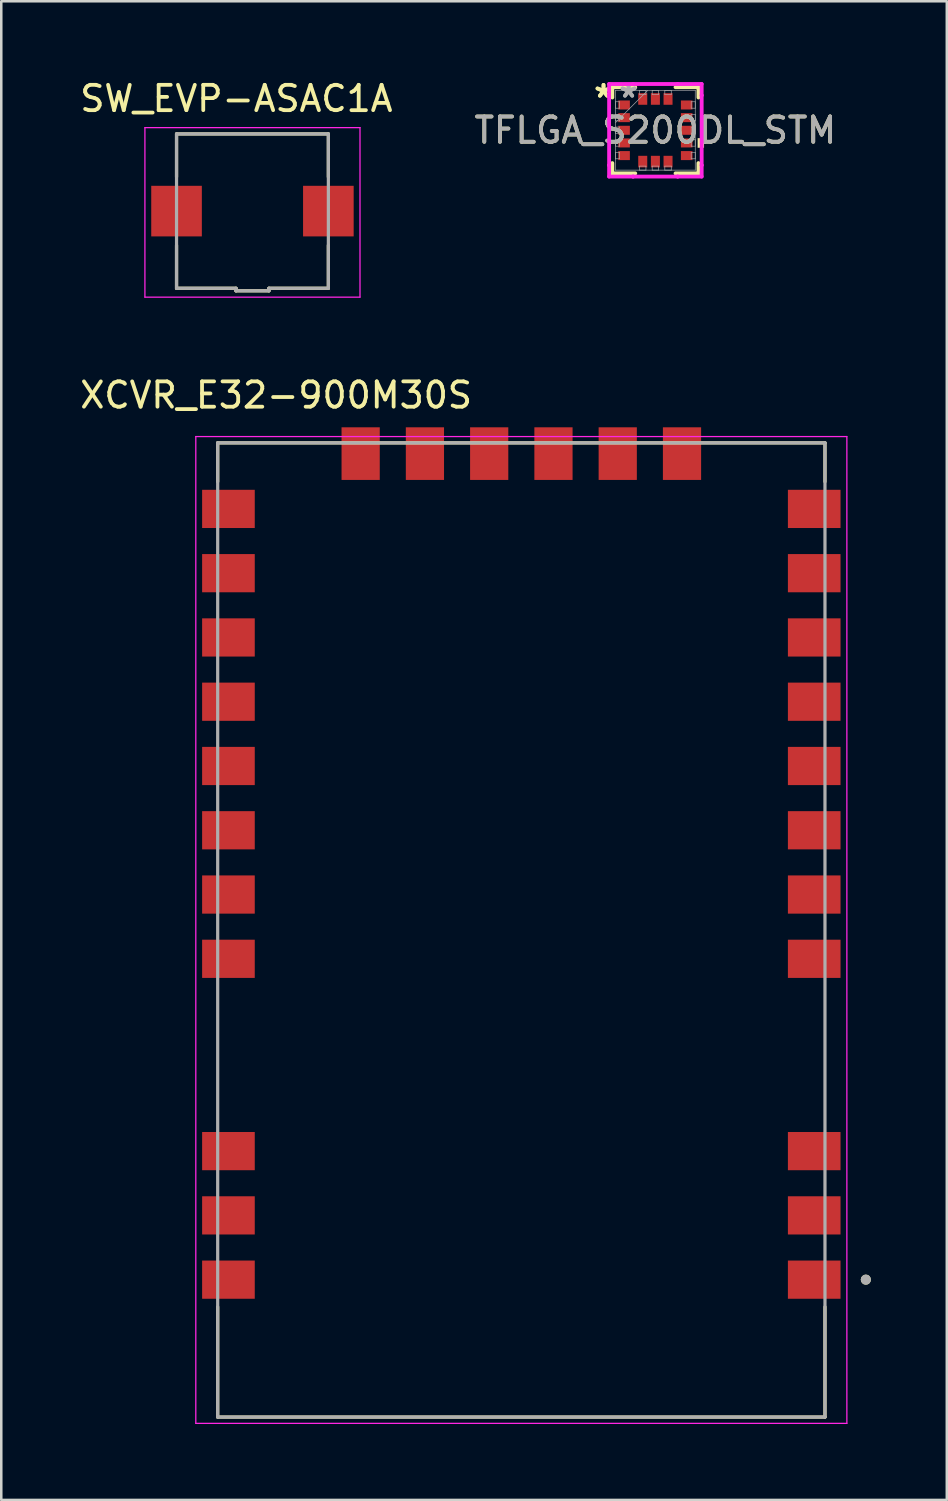
<source format=kicad_pcb>
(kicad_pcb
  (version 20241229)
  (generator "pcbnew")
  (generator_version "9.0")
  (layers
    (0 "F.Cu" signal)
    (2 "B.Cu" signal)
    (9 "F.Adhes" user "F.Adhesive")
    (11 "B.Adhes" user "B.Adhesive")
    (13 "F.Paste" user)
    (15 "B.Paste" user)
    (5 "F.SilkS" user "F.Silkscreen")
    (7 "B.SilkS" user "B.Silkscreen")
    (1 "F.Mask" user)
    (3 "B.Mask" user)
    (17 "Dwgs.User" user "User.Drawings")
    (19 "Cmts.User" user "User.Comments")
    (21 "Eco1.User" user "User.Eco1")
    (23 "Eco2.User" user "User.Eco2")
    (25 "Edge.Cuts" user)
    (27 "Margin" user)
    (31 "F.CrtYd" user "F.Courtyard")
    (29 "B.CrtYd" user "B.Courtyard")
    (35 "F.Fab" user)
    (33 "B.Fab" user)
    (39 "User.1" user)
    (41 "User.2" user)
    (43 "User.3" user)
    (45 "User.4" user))
  (footprint "TFLGA_S200DL_STM"
    (layer "F.Cu")
    (at 22.851 2.099)
    (property "Reference" "TFLGA_S200DL_STM" (at 0 0 0) (unlocked yes) (layer "F.SilkS") (effects (font (size 1 1) (thickness 0.15))))
    (attr smd)
    (fp_line (start -1.702 -1.702) (end -1.702 -1.296) (stroke (width 0.152) (type solid)) (layer "F.SilkS"))
    (fp_line (start -1.702 1.296) (end -1.702 1.702) (stroke (width 0.152) (type solid)) (layer "F.SilkS"))
    (fp_line (start -1.702 1.702) (end -0.796 1.702) (stroke (width 0.152) (type solid)) (layer "F.SilkS"))
    (fp_line (start -0.796 -1.702) (end -1.702 -1.702) (stroke (width 0.152) (type solid)) (layer "F.SilkS"))
    (fp_line (start 0.796 1.702) (end 1.702 1.702) (stroke (width 0.152) (type solid)) (layer "F.SilkS"))
    (fp_line (start 1.702 -1.702) (end 0.796 -1.702) (stroke (width 0.152) (type solid)) (layer "F.SilkS"))
    (fp_line (start 1.702 -1.296) (end 1.702 -1.702) (stroke (width 0.152) (type solid)) (layer "F.SilkS"))
    (fp_line (start 1.702 1.702) (end 1.702 1.296) (stroke (width 0.152) (type solid)) (layer "F.SilkS"))
    (fp_poly (pts (xy 1.923 0.31) (xy 1.923 0.691) (xy 1.669 0.691) (xy 1.669 0.31)) (stroke (width 0) (type solid)) (fill yes) (layer "F.SilkS"))
    (fp_line (start -1.829 -1.829) (end -0.881 -1.829) (stroke (width 0.152) (type solid)) (layer "F.CrtYd"))
    (fp_line (start -1.829 -1.381) (end -1.829 -1.829) (stroke (width 0.152) (type solid)) (layer "F.CrtYd"))
    (fp_line (start -1.829 -1.381) (end -1.829 -1.381) (stroke (width 0.152) (type solid)) (layer "F.CrtYd"))
    (fp_line (start -1.829 1.381) (end -1.829 -1.381) (stroke (width 0.152) (type solid)) (layer "F.CrtYd"))
    (fp_line (start -1.829 1.381) (end -1.829 1.381) (stroke (width 0.152) (type solid)) (layer "F.CrtYd"))
    (fp_line (start -1.829 1.829) (end -1.829 1.381) (stroke (width 0.152) (type solid)) (layer "F.CrtYd"))
    (fp_line (start -0.881 -1.829) (end -0.881 -1.829) (stroke (width 0.152) (type solid)) (layer "F.CrtYd"))
    (fp_line (start -0.881 -1.829) (end 0.881 -1.829) (stroke (width 0.152) (type solid)) (layer "F.CrtYd"))
    (fp_line (start -0.881 1.829) (end -1.829 1.829) (stroke (width 0.152) (type solid)) (layer "F.CrtYd"))
    (fp_line (start -0.881 1.829) (end -0.881 1.829) (stroke (width 0.152) (type solid)) (layer "F.CrtYd"))
    (fp_line (start 0.881 -1.829) (end 0.881 -1.829) (stroke (width 0.152) (type solid)) (layer "F.CrtYd"))
    (fp_line (start 0.881 -1.829) (end 1.829 -1.829) (stroke (width 0.152) (type solid)) (layer "F.CrtYd"))
    (fp_line (start 0.881 1.829) (end -0.881 1.829) (stroke (width 0.152) (type solid)) (layer "F.CrtYd"))
    (fp_line (start 0.881 1.829) (end 0.881 1.829) (stroke (width 0.152) (type solid)) (layer "F.CrtYd"))
    (fp_line (start 1.829 -1.829) (end 1.829 -1.381) (stroke (width 0.152) (type solid)) (layer "F.CrtYd"))
    (fp_line (start 1.829 -1.381) (end 1.829 -1.381) (stroke (width 0.152) (type solid)) (layer "F.CrtYd"))
    (fp_line (start 1.829 -1.381) (end 1.829 1.381) (stroke (width 0.152) (type solid)) (layer "F.CrtYd"))
    (fp_line (start 1.829 1.381) (end 1.829 1.381) (stroke (width 0.152) (type solid)) (layer "F.CrtYd"))
    (fp_line (start 1.829 1.381) (end 1.829 1.829) (stroke (width 0.152) (type solid)) (layer "F.CrtYd"))
    (fp_line (start 1.829 1.829) (end 0.881 1.829) (stroke (width 0.152) (type solid)) (layer "F.CrtYd"))
    (fp_line (start -1.575 -1.575) (end -1.575 -1.575) (stroke (width 0.025) (type solid)) (layer "F.Fab"))
    (fp_line (start -1.575 -1.575) (end -1.575 1.575) (stroke (width 0.025) (type solid)) (layer "F.Fab"))
    (fp_line (start -1.575 -1.127) (end -1.415 -1.127) (stroke (width 0.025) (type solid)) (layer "F.Fab"))
    (fp_line (start -1.575 -0.873) (end -1.575 -1.127) (stroke (width 0.025) (type solid)) (layer "F.Fab"))
    (fp_line (start -1.575 -0.627) (end -1.415 -0.627) (stroke (width 0.025) (type solid)) (layer "F.Fab"))
    (fp_line (start -1.575 -0.373) (end -1.575 -0.627) (stroke (width 0.025) (type solid)) (layer "F.Fab"))
    (fp_line (start -1.575 -0.305) (end -0.305 -1.575) (stroke (width 0.025) (type solid)) (layer "F.Fab"))
    (fp_line (start -1.575 -0.127) (end -1.415 -0.127) (stroke (width 0.025) (type solid)) (layer "F.Fab"))
    (fp_line (start -1.575 0.127) (end -1.575 -0.127) (stroke (width 0.025) (type solid)) (layer "F.Fab"))
    (fp_line (start -1.575 0.373) (end -1.415 0.373) (stroke (width 0.025) (type solid)) (layer "F.Fab"))
    (fp_line (start -1.575 0.627) (end -1.575 0.373) (stroke (width 0.025) (type solid)) (layer "F.Fab"))
    (fp_line (start -1.575 0.873) (end -1.415 0.873) (stroke (width 0.025) (type solid)) (layer "F.Fab"))
    (fp_line (start -1.575 1.127) (end -1.575 0.873) (stroke (width 0.025) (type solid)) (layer "F.Fab"))
    (fp_line (start -1.575 1.575) (end -1.575 1.575) (stroke (width 0.025) (type solid)) (layer "F.Fab"))
    (fp_line (start -1.575 1.575) (end 1.575 1.575) (stroke (width 0.025) (type solid)) (layer "F.Fab"))
    (fp_line (start -1.415 -1.127) (end -1.415 -0.873) (stroke (width 0.025) (type solid)) (layer "F.Fab"))
    (fp_line (start -1.415 -0.873) (end -1.575 -0.873) (stroke (width 0.025) (type solid)) (layer "F.Fab"))
    (fp_line (start -1.415 -0.627) (end -1.415 -0.373) (stroke (width 0.025) (type solid)) (layer "F.Fab"))
    (fp_line (start -1.415 -0.373) (end -1.575 -0.373) (stroke (width 0.025) (type solid)) (layer "F.Fab"))
    (fp_line (start -1.415 -0.127) (end -1.415 0.127) (stroke (width 0.025) (type solid)) (layer "F.Fab"))
    (fp_line (start -1.415 0.127) (end -1.575 0.127) (stroke (width 0.025) (type solid)) (layer "F.Fab"))
    (fp_line (start -1.415 0.373) (end -1.415 0.627) (stroke (width 0.025) (type solid)) (layer "F.Fab"))
    (fp_line (start -1.415 0.627) (end -1.575 0.627) (stroke (width 0.025) (type solid)) (layer "F.Fab"))
    (fp_line (start -1.415 0.873) (end -1.415 1.127) (stroke (width 0.025) (type solid)) (layer "F.Fab"))
    (fp_line (start -1.415 1.127) (end -1.575 1.127) (stroke (width 0.025) (type solid)) (layer "F.Fab"))
    (fp_line (start -0.627 -1.575) (end -0.373 -1.575) (stroke (width 0.025) (type solid)) (layer "F.Fab"))
    (fp_line (start -0.627 -1.415) (end -0.627 -1.575) (stroke (width 0.025) (type solid)) (layer "F.Fab"))
    (fp_line (start -0.627 1.415) (end -0.373 1.415) (stroke (width 0.025) (type solid)) (layer "F.Fab"))
    (fp_line (start -0.627 1.575) (end -0.627 1.415) (stroke (width 0.025) (type solid)) (layer "F.Fab"))
    (fp_line (start -0.373 -1.575) (end -0.373 -1.415) (stroke (width 0.025) (type solid)) (layer "F.Fab"))
    (fp_line (start -0.373 -1.415) (end -0.627 -1.415) (stroke (width 0.025) (type solid)) (layer "F.Fab"))
    (fp_line (start -0.373 1.415) (end -0.373 1.575) (stroke (width 0.025) (type solid)) (layer "F.Fab"))
    (fp_line (start -0.373 1.575) (end -0.627 1.575) (stroke (width 0.025) (type solid)) (layer "F.Fab"))
    (fp_line (start -0.127 -1.575) (end 0.127 -1.575) (stroke (width 0.025) (type solid)) (layer "F.Fab"))
    (fp_line (start -0.127 -1.415) (end -0.127 -1.575) (stroke (width 0.025) (type solid)) (layer "F.Fab"))
    (fp_line (start -0.127 1.415) (end 0.127 1.415) (stroke (width 0.025) (type solid)) (layer "F.Fab"))
    (fp_line (start -0.127 1.575) (end -0.127 1.415) (stroke (width 0.025) (type solid)) (layer "F.Fab"))
    (fp_line (start 0.127 -1.575) (end 0.127 -1.415) (stroke (width 0.025) (type solid)) (layer "F.Fab"))
    (fp_line (start 0.127 -1.415) (end -0.127 -1.415) (stroke (width 0.025) (type solid)) (layer "F.Fab"))
    (fp_line (start 0.127 1.415) (end 0.127 1.575) (stroke (width 0.025) (type solid)) (layer "F.Fab"))
    (fp_line (start 0.127 1.575) (end -0.127 1.575) (stroke (width 0.025) (type solid)) (layer "F.Fab"))
    (fp_line (start 0.373 -1.575) (end 0.627 -1.575) (stroke (width 0.025) (type solid)) (layer "F.Fab"))
    (fp_line (start 0.373 -1.415) (end 0.373 -1.575) (stroke (width 0.025) (type solid)) (layer "F.Fab"))
    (fp_line (start 0.373 1.415) (end 0.627 1.415) (stroke (width 0.025) (type solid)) (layer "F.Fab"))
    (fp_line (start 0.373 1.575) (end 0.373 1.415) (stroke (width 0.025) (type solid)) (layer "F.Fab"))
    (fp_line (start 0.627 -1.575) (end 0.627 -1.415) (stroke (width 0.025) (type solid)) (layer "F.Fab"))
    (fp_line (start 0.627 -1.415) (end 0.373 -1.415) (stroke (width 0.025) (type solid)) (layer "F.Fab"))
    (fp_line (start 0.627 1.415) (end 0.627 1.575) (stroke (width 0.025) (type solid)) (layer "F.Fab"))
    (fp_line (start 0.627 1.575) (end 0.373 1.575) (stroke (width 0.025) (type solid)) (layer "F.Fab"))
    (fp_line (start 1.415 -1.127) (end 1.575 -1.127) (stroke (width 0.025) (type solid)) (layer "F.Fab"))
    (fp_line (start 1.415 -0.873) (end 1.415 -1.127) (stroke (width 0.025) (type solid)) (layer "F.Fab"))
    (fp_line (start 1.415 -0.627) (end 1.575 -0.627) (stroke (width 0.025) (type solid)) (layer "F.Fab"))
    (fp_line (start 1.415 -0.373) (end 1.415 -0.627) (stroke (width 0.025) (type solid)) (layer "F.Fab"))
    (fp_line (start 1.415 -0.127) (end 1.575 -0.127) (stroke (width 0.025) (type solid)) (layer "F.Fab"))
    (fp_line (start 1.415 0.127) (end 1.415 -0.127) (stroke (width 0.025) (type solid)) (layer "F.Fab"))
    (fp_line (start 1.415 0.373) (end 1.575 0.373) (stroke (width 0.025) (type solid)) (layer "F.Fab"))
    (fp_line (start 1.415 0.627) (end 1.415 0.373) (stroke (width 0.025) (type solid)) (layer "F.Fab"))
    (fp_line (start 1.415 0.873) (end 1.575 0.873) (stroke (width 0.025) (type solid)) (layer "F.Fab"))
    (fp_line (start 1.415 1.127) (end 1.415 0.873) (stroke (width 0.025) (type solid)) (layer "F.Fab"))
    (fp_line (start 1.575 -1.575) (end -1.575 -1.575) (stroke (width 0.025) (type solid)) (layer "F.Fab"))
    (fp_line (start 1.575 -1.575) (end 1.575 -1.575) (stroke (width 0.025) (type solid)) (layer "F.Fab"))
    (fp_line (start 1.575 -1.127) (end 1.575 -0.873) (stroke (width 0.025) (type solid)) (layer "F.Fab"))
    (fp_line (start 1.575 -0.873) (end 1.415 -0.873) (stroke (width 0.025) (type solid)) (layer "F.Fab"))
    (fp_line (start 1.575 -0.627) (end 1.575 -0.373) (stroke (width 0.025) (type solid)) (layer "F.Fab"))
    (fp_line (start 1.575 -0.373) (end 1.415 -0.373) (stroke (width 0.025) (type solid)) (layer "F.Fab"))
    (fp_line (start 1.575 -0.127) (end 1.575 0.127) (stroke (width 0.025) (type solid)) (layer "F.Fab"))
    (fp_line (start 1.575 0.127) (end 1.415 0.127) (stroke (width 0.025) (type solid)) (layer "F.Fab"))
    (fp_line (start 1.575 0.373) (end 1.575 0.627) (stroke (width 0.025) (type solid)) (layer "F.Fab"))
    (fp_line (start 1.575 0.627) (end 1.415 0.627) (stroke (width 0.025) (type solid)) (layer "F.Fab"))
    (fp_line (start 1.575 0.873) (end 1.575 1.127) (stroke (width 0.025) (type solid)) (layer "F.Fab"))
    (fp_line (start 1.575 1.127) (end 1.415 1.127) (stroke (width 0.025) (type solid)) (layer "F.Fab"))
    (fp_line (start 1.575 1.575) (end 1.575 -1.575) (stroke (width 0.025) (type solid)) (layer "F.Fab"))
    (fp_line (start 1.575 1.575) (end 1.575 1.575) (stroke (width 0.025) (type solid)) (layer "F.Fab"))
    (fp_text user "*" (at -2.05 -1.25 0) (layer "F.SilkS") (effects (font (size 1 1) (thickness 0.15))))
    (fp_text user "*" (at -2.05 -1.25 0) (unlocked yes) (layer "F.SilkS") (effects (font (size 1 1) (thickness 0.15))))
    (fp_text user "*" (at -1.059 -1.25 0) (unlocked yes) (layer "F.Fab") (effects (font (size 1 1) (thickness 0.15))))
    (fp_text user "*" (at -1.059 -1.25 0) (layer "F.Fab") (effects (font (size 1 1) (thickness 0.15))))
    (fp_text user "${REFERENCE}" (at 0 0 0) (unlocked yes) (layer "F.Fab") (effects (font (size 1 1) (thickness 0.15))))
    (pad "1" smd rect (at -1.237 -1 90) (size 0.356 0.457) (layers "F.Cu" "F.Mask" "F.Paste"))
    (pad "2" smd rect (at -1.237 -0.5 90) (size 0.356 0.457) (layers "F.Cu" "F.Mask" "F.Paste"))
    (pad "3" smd rect (at -1.237 0 90) (size 0.356 0.457) (layers "F.Cu" "F.Mask" "F.Paste"))
    (pad "4" smd rect (at -1.237 0.5 90) (size 0.356 0.457) (layers "F.Cu" "F.Mask" "F.Paste"))
    (pad "5" smd rect (at -1.237 1 90) (size 0.356 0.457) (layers "F.Cu" "F.Mask" "F.Paste"))
    (pad "6" smd rect (at -0.5 1.237) (size 0.356 0.457) (layers "F.Cu" "F.Mask" "F.Paste"))
    (pad "7" smd rect (at 0 1.237) (size 0.356 0.457) (layers "F.Cu" "F.Mask" "F.Paste"))
    (pad "8" smd rect (at 0.5 1.237) (size 0.356 0.457) (layers "F.Cu" "F.Mask" "F.Paste"))
    (pad "9" smd rect (at 1.237 1 90) (size 0.356 0.457) (layers "F.Cu" "F.Mask" "F.Paste"))
    (pad "10" smd rect (at 1.237 0.5 90) (size 0.356 0.457) (layers "F.Cu" "F.Mask" "F.Paste"))
    (pad "11" smd rect (at 1.237 0 90) (size 0.356 0.457) (layers "F.Cu" "F.Mask" "F.Paste"))
    (pad "12" smd rect (at 1.237 -0.5 90) (size 0.356 0.457) (layers "F.Cu" "F.Mask" "F.Paste"))
    (pad "13" smd rect (at 1.237 -1 90) (size 0.356 0.457) (layers "F.Cu" "F.Mask" "F.Paste"))
    (pad "14" smd rect (at 0.5 -1.237) (size 0.356 0.457) (layers "F.Cu" "F.Mask" "F.Paste"))
    (pad "15" smd rect (at 0 -1.237) (size 0.356 0.457) (layers "F.Cu" "F.Mask" "F.Paste"))
    (pad "16" smd rect (at -0.5 -1.237) (size 0.356 0.457) (layers "F.Cu" "F.Mask" "F.Paste")))
  (footprint "XCVR_E32-900M30S"
    (layer "F.Cu")
    (at 17.553 33.702)
    (property "Reference" "XCVR_E32-900M30S" (at -9.69 -21.135 0) (layer "F.SilkS") (effects (font (size 1 1) (thickness 0.15))))
    (attr smd)
    (fp_line (start -12 -19.25) (end 12 -19.25) (stroke (width 0.127) (type solid)) (layer "F.SilkS"))
    (fp_line (start -12 -17.715) (end -12 -19.25) (stroke (width 0.127) (type solid)) (layer "F.SilkS"))
    (fp_line (start -12 19.25) (end -12 14.895) (stroke (width 0.127) (type solid)) (layer "F.SilkS"))
    (fp_line (start 12 -19.25) (end 12 -17.715) (stroke (width 0.127) (type solid)) (layer "F.SilkS"))
    (fp_line (start 12 19.25) (end -12 19.25) (stroke (width 0.127) (type solid)) (layer "F.SilkS"))
    (fp_line (start 12 19.25) (end 12 14.895) (stroke (width 0.127) (type solid)) (layer "F.SilkS"))
    (fp_circle (center 13.615 13.82) (end 13.715 13.82) (stroke (width 0.2) (type solid)) (fill no) (layer "F.SilkS"))
    (fp_line (start -12.865 -19.5) (end -12.865 19.5) (stroke (width 0.05) (type solid)) (layer "F.CrtYd"))
    (fp_line (start -12.865 19.5) (end 12.865 19.5) (stroke (width 0.05) (type solid)) (layer "F.CrtYd"))
    (fp_line (start 12.865 -19.5) (end -12.865 -19.5) (stroke (width 0.05) (type solid)) (layer "F.CrtYd"))
    (fp_line (start 12.865 19.5) (end 12.865 -19.5) (stroke (width 0.05) (type solid)) (layer "F.CrtYd"))
    (fp_line (start -12 -19.25) (end 12 -19.25) (stroke (width 0.127) (type solid)) (layer "F.Fab"))
    (fp_line (start -12 19.25) (end -12 -19.25) (stroke (width 0.127) (type solid)) (layer "F.Fab"))
    (fp_line (start 12 -19.25) (end 12 19.25) (stroke (width 0.127) (type solid)) (layer "F.Fab"))
    (fp_line (start 12 19.25) (end -12 19.25) (stroke (width 0.127) (type solid)) (layer "F.Fab"))
    (fp_circle (center 13.615 13.82) (end 13.715 13.82) (stroke (width 0.2) (type solid)) (fill no) (layer "F.Fab"))
    (pad "1" smd rect (at 11.575 13.82) (size 2.08 1.51) (layers "F.Cu" "F.Mask" "F.Paste"))
    (pad "2" smd rect (at 11.575 11.28) (size 2.08 1.51) (layers "F.Cu" "F.Mask" "F.Paste"))
    (pad "3" smd rect (at 11.575 8.74) (size 2.08 1.51) (layers "F.Cu" "F.Mask" "F.Paste"))
    (pad "4" smd rect (at 11.575 1.14) (size 2.08 1.51) (layers "F.Cu" "F.Mask" "F.Paste"))
    (pad "5" smd rect (at 11.575 -1.4) (size 2.08 1.51) (layers "F.Cu" "F.Mask" "F.Paste"))
    (pad "6" smd rect (at 11.575 -3.94) (size 2.08 1.51) (layers "F.Cu" "F.Mask" "F.Paste"))
    (pad "7" smd rect (at 11.575 -6.48) (size 2.08 1.51) (layers "F.Cu" "F.Mask" "F.Paste"))
    (pad "8" smd rect (at 11.575 -9.02) (size 2.08 1.51) (layers "F.Cu" "F.Mask" "F.Paste"))
    (pad "9" smd rect (at 11.575 -11.56) (size 2.08 1.51) (layers "F.Cu" "F.Mask" "F.Paste"))
    (pad "10" smd rect (at 11.575 -14.1) (size 2.08 1.51) (layers "F.Cu" "F.Mask" "F.Paste"))
    (pad "11" smd rect (at 11.575 -16.64) (size 2.08 1.51) (layers "F.Cu" "F.Mask" "F.Paste"))
    (pad "12" smd rect (at 6.35 -18.825 180) (size 1.51 2.08) (layers "F.Cu" "F.Mask" "F.Paste"))
    (pad "13" smd rect (at 3.81 -18.825 180) (size 1.51 2.08) (layers "F.Cu" "F.Mask" "F.Paste"))
    (pad "14" smd rect (at 1.27 -18.825 180) (size 1.51 2.08) (layers "F.Cu" "F.Mask" "F.Paste"))
    (pad "15" smd rect (at -1.27 -18.825 180) (size 1.51 2.08) (layers "F.Cu" "F.Mask" "F.Paste"))
    (pad "16" smd rect (at -3.81 -18.825 180) (size 1.51 2.08) (layers "F.Cu" "F.Mask" "F.Paste"))
    (pad "17" smd rect (at -6.35 -18.825 180) (size 1.51 2.08) (layers "F.Cu" "F.Mask" "F.Paste"))
    (pad "18" smd rect (at -11.575 -16.64) (size 2.08 1.51) (layers "F.Cu" "F.Mask" "F.Paste"))
    (pad "19" smd rect (at -11.575 -14.1) (size 2.08 1.51) (layers "F.Cu" "F.Mask" "F.Paste"))
    (pad "20" smd rect (at -11.575 -11.56) (size 2.08 1.51) (layers "F.Cu" "F.Mask" "F.Paste"))
    (pad "21" smd rect (at -11.575 -9.02) (size 2.08 1.51) (layers "F.Cu" "F.Mask" "F.Paste"))
    (pad "22" smd rect (at -11.575 -6.48) (size 2.08 1.51) (layers "F.Cu" "F.Mask" "F.Paste"))
    (pad "23" smd rect (at -11.575 -3.94) (size 2.08 1.51) (layers "F.Cu" "F.Mask" "F.Paste"))
    (pad "24" smd rect (at -11.575 -1.4) (size 2.08 1.51) (layers "F.Cu" "F.Mask" "F.Paste"))
    (pad "25" smd rect (at -11.575 1.14) (size 2.08 1.51) (layers "F.Cu" "F.Mask" "F.Paste"))
    (pad "26" smd rect (at -11.575 8.74) (size 2.08 1.51) (layers "F.Cu" "F.Mask" "F.Paste"))
    (pad "27" smd rect (at -11.575 11.28) (size 2.08 1.51) (layers "F.Cu" "F.Mask" "F.Paste"))
    (pad "28" smd rect (at -11.575 13.82) (size 2.08 1.51) (layers "F.Cu" "F.Mask" "F.Paste")))
  (footprint "SW_EVP-ASAC1A"
    (layer "F.Cu")
    (at 6.927 5.293)
    (property "Reference" "SW_EVP-ASAC1A" (at -0.635 -4.445 0) (layer "F.SilkS") (effects (font (size 1 1) (thickness 0.15))))
    (attr smd)
    (fp_line (start -3 -3.05) (end 3 -3.05) (stroke (width 0.127) (type solid)) (layer "F.SilkS"))
    (fp_line (start -3 -1.35) (end -3 -3.05) (stroke (width 0.127) (type solid)) (layer "F.SilkS"))
    (fp_line (start -3 1.35) (end -3 3.05) (stroke (width 0.127) (type solid)) (layer "F.SilkS"))
    (fp_line (start -3 3.05) (end -0.65 3.05) (stroke (width 0.127) (type solid)) (layer "F.SilkS"))
    (fp_line (start -0.65 3.05) (end -0.65 3.15) (stroke (width 0.127) (type solid)) (layer "F.SilkS"))
    (fp_line (start -0.65 3.15) (end 0.65 3.15) (stroke (width 0.127) (type solid)) (layer "F.SilkS"))
    (fp_line (start 0.65 3.05) (end 3 3.05) (stroke (width 0.127) (type solid)) (layer "F.SilkS"))
    (fp_line (start 0.65 3.15) (end 0.65 3.05) (stroke (width 0.127) (type solid)) (layer "F.SilkS"))
    (fp_line (start 3 -3.05) (end 3 -1.35) (stroke (width 0.127) (type solid)) (layer "F.SilkS"))
    (fp_line (start 3 3.05) (end 3 1.35) (stroke (width 0.127) (type solid)) (layer "F.SilkS"))
    (fp_line (start -4.25 -3.3) (end 4.25 -3.3) (stroke (width 0.05) (type solid)) (layer "F.CrtYd"))
    (fp_line (start -4.25 3.4) (end -4.25 -3.3) (stroke (width 0.05) (type solid)) (layer "F.CrtYd"))
    (fp_line (start 4.25 -3.3) (end 4.25 3.4) (stroke (width 0.05) (type solid)) (layer "F.CrtYd"))
    (fp_line (start 4.25 3.4) (end -4.25 3.4) (stroke (width 0.05) (type solid)) (layer "F.CrtYd"))
    (fp_line (start -3 -3.05) (end 3 -3.05) (stroke (width 0.127) (type solid)) (layer "F.Fab"))
    (fp_line (start -3 3.05) (end -3 -3.05) (stroke (width 0.127) (type solid)) (layer "F.Fab"))
    (fp_line (start -0.65 3.05) (end -3 3.05) (stroke (width 0.127) (type solid)) (layer "F.Fab"))
    (fp_line (start -0.65 3.05) (end -0.65 3.15) (stroke (width 0.127) (type solid)) (layer "F.Fab"))
    (fp_line (start -0.65 3.15) (end 0.65 3.15) (stroke (width 0.127) (type solid)) (layer "F.Fab"))
    (fp_line (start 0.65 3.15) (end 0.65 3.05) (stroke (width 0.127) (type solid)) (layer "F.Fab"))
    (fp_line (start 3 -3.05) (end 3 3.05) (stroke (width 0.127) (type solid)) (layer "F.Fab"))
    (fp_line (start 3 3.05) (end 0.65 3.05) (stroke (width 0.127) (type solid)) (layer "F.Fab"))
    (pad "A" smd rect (at -3 0) (size 2 2) (layers "F.Cu" "F.Mask" "F.Paste"))
    (pad "B" smd rect (at 3 0) (size 2 2) (layers "F.Cu" "F.Mask" "F.Paste")))
  (gr_rect
    (start -3 -3)
    (end 34.368 56.227)
    (stroke (width 0.1) (type default))
    (fill no)
    (layer "Edge.Cuts")))
</source>
